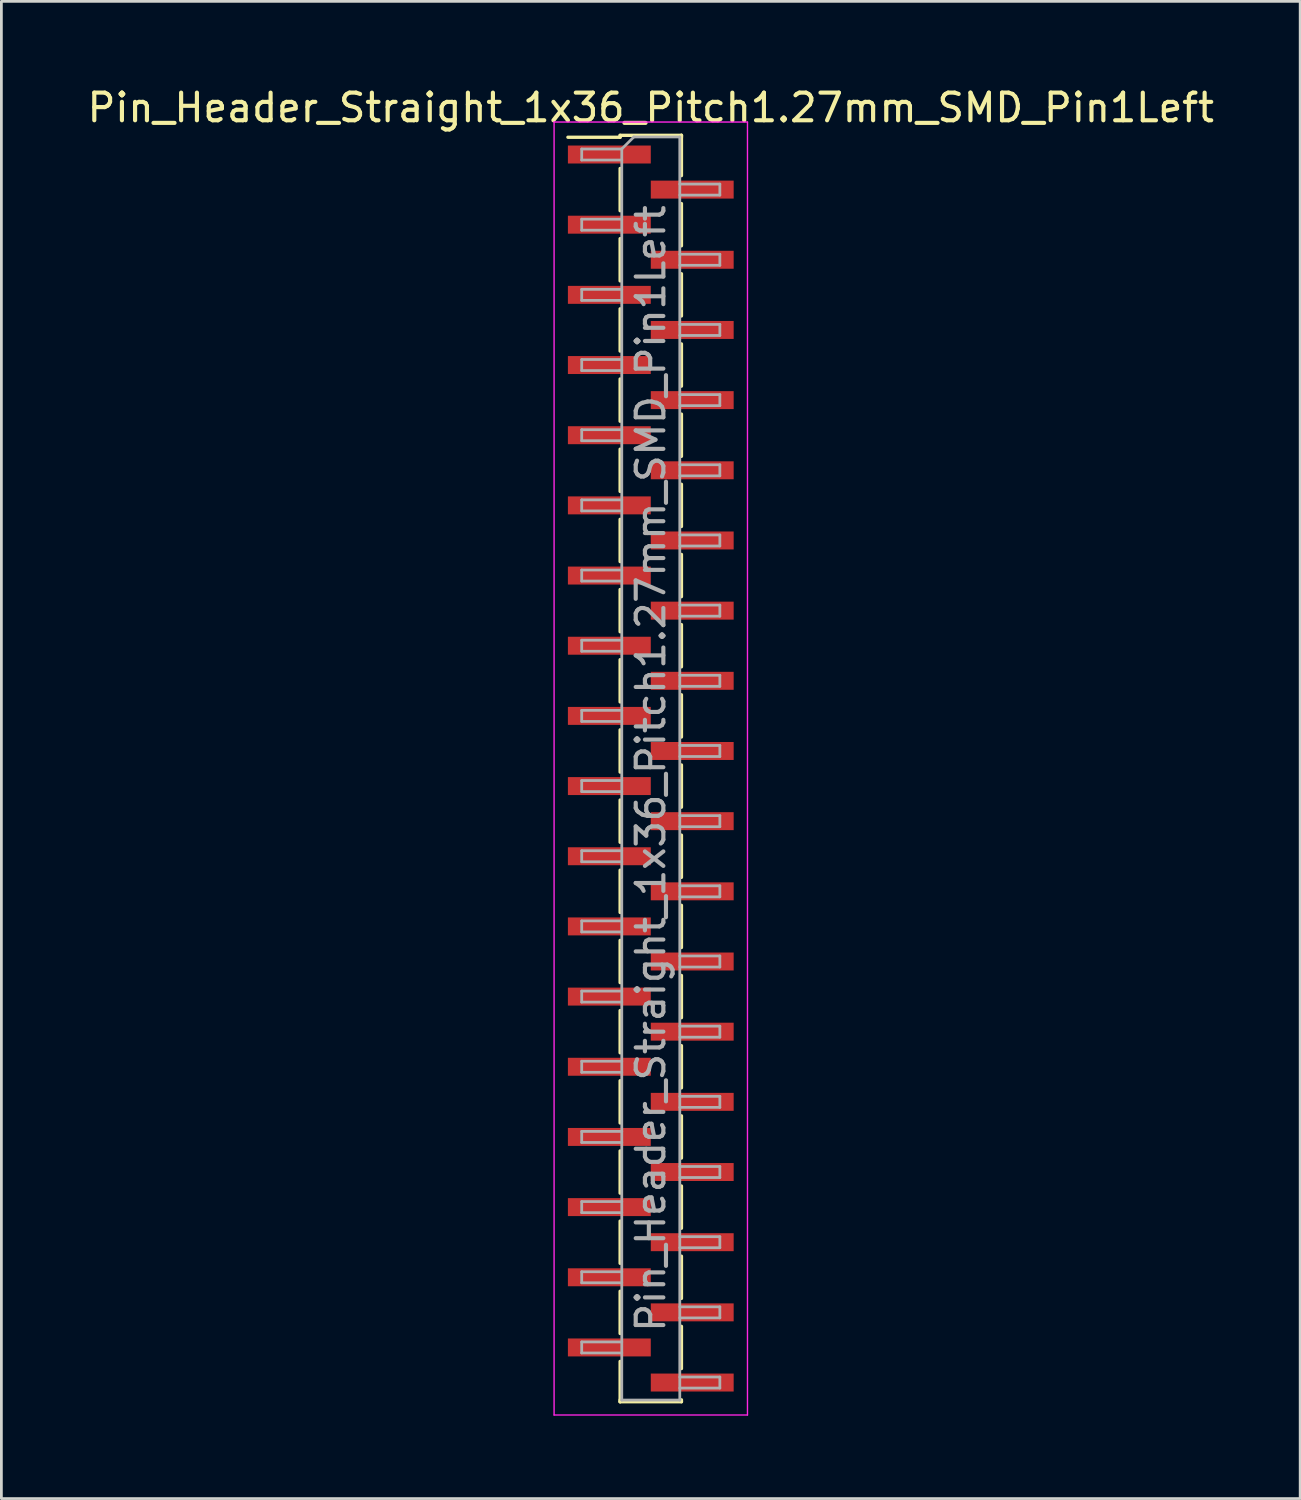
<source format=kicad_pcb>
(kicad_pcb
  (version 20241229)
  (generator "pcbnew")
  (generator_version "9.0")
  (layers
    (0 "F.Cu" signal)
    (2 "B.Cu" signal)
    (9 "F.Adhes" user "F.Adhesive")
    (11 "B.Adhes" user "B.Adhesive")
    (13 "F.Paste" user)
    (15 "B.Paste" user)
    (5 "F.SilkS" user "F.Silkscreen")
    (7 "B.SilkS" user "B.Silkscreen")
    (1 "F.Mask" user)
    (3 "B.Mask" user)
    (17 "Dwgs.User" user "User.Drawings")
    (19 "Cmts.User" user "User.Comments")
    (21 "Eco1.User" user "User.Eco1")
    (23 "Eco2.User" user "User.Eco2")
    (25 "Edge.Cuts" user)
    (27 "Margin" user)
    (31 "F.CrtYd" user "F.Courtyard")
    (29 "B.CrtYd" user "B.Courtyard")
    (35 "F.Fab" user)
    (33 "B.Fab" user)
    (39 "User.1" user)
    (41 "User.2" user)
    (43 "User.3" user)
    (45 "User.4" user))
  (footprint "Pin_Header_Straight_1x36_Pitch1.27mm_SMD_Pin1Left"
    (layer "F.Cu")
    (at 20.506 24.768)
    (property "Reference" "Pin_Header_Straight_1x36_Pitch1.27mm_SMD_Pin1Left" (at 0 -23.92 0) (layer "F.SilkS") (effects (font (size 1 1) (thickness 0.15))))
    (attr smd)
    (fp_line (start -1.11 -22.92) (end 1.11 -22.92) (stroke (width 0.12) (type solid)) (layer "F.SilkS"))
    (fp_line (start -1.11 -22.85) (end -3 -22.85) (stroke (width 0.12) (type solid)) (layer "F.SilkS"))
    (fp_line (start -1.11 -22.85) (end -1.11 -22.92) (stroke (width 0.12) (type solid)) (layer "F.SilkS"))
    (fp_line (start -1.11 -21.72) (end -1.11 -20.19) (stroke (width 0.12) (type solid)) (layer "F.SilkS"))
    (fp_line (start -1.11 -19.18) (end -1.11 -17.65) (stroke (width 0.12) (type solid)) (layer "F.SilkS"))
    (fp_line (start -1.11 -16.64) (end -1.11 -15.11) (stroke (width 0.12) (type solid)) (layer "F.SilkS"))
    (fp_line (start -1.11 -14.1) (end -1.11 -12.57) (stroke (width 0.12) (type solid)) (layer "F.SilkS"))
    (fp_line (start -1.11 -11.56) (end -1.11 -10.03) (stroke (width 0.12) (type solid)) (layer "F.SilkS"))
    (fp_line (start -1.11 -9.02) (end -1.11 -7.49) (stroke (width 0.12) (type solid)) (layer "F.SilkS"))
    (fp_line (start -1.11 -6.48) (end -1.11 -4.95) (stroke (width 0.12) (type solid)) (layer "F.SilkS"))
    (fp_line (start -1.11 -3.94) (end -1.11 -2.41) (stroke (width 0.12) (type solid)) (layer "F.SilkS"))
    (fp_line (start -1.11 -1.4) (end -1.11 0.13) (stroke (width 0.12) (type solid)) (layer "F.SilkS"))
    (fp_line (start -1.11 1.14) (end -1.11 2.67) (stroke (width 0.12) (type solid)) (layer "F.SilkS"))
    (fp_line (start -1.11 3.68) (end -1.11 5.21) (stroke (width 0.12) (type solid)) (layer "F.SilkS"))
    (fp_line (start -1.11 6.22) (end -1.11 7.75) (stroke (width 0.12) (type solid)) (layer "F.SilkS"))
    (fp_line (start -1.11 8.76) (end -1.11 10.29) (stroke (width 0.12) (type solid)) (layer "F.SilkS"))
    (fp_line (start -1.11 11.3) (end -1.11 12.83) (stroke (width 0.12) (type solid)) (layer "F.SilkS"))
    (fp_line (start -1.11 13.84) (end -1.11 15.37) (stroke (width 0.12) (type solid)) (layer "F.SilkS"))
    (fp_line (start -1.11 16.38) (end -1.11 17.91) (stroke (width 0.12) (type solid)) (layer "F.SilkS"))
    (fp_line (start -1.11 18.92) (end -1.11 20.45) (stroke (width 0.12) (type solid)) (layer "F.SilkS"))
    (fp_line (start -1.11 21.46) (end -1.11 22.92) (stroke (width 0.12) (type solid)) (layer "F.SilkS"))
    (fp_line (start -1.11 22.85) (end -1.11 22.92) (stroke (width 0.12) (type solid)) (layer "F.SilkS"))
    (fp_line (start -1.11 22.92) (end 1.11 22.92) (stroke (width 0.12) (type solid)) (layer "F.SilkS"))
    (fp_line (start 1.11 -22.92) (end 1.11 -22.85) (stroke (width 0.12) (type solid)) (layer "F.SilkS"))
    (fp_line (start 1.11 -22.92) (end 1.11 -21.46) (stroke (width 0.12) (type solid)) (layer "F.SilkS"))
    (fp_line (start 1.11 -20.45) (end 1.11 -18.92) (stroke (width 0.12) (type solid)) (layer "F.SilkS"))
    (fp_line (start 1.11 -17.91) (end 1.11 -16.38) (stroke (width 0.12) (type solid)) (layer "F.SilkS"))
    (fp_line (start 1.11 -15.37) (end 1.11 -13.84) (stroke (width 0.12) (type solid)) (layer "F.SilkS"))
    (fp_line (start 1.11 -12.83) (end 1.11 -11.3) (stroke (width 0.12) (type solid)) (layer "F.SilkS"))
    (fp_line (start 1.11 -10.29) (end 1.11 -8.76) (stroke (width 0.12) (type solid)) (layer "F.SilkS"))
    (fp_line (start 1.11 -7.75) (end 1.11 -6.22) (stroke (width 0.12) (type solid)) (layer "F.SilkS"))
    (fp_line (start 1.11 -5.21) (end 1.11 -3.68) (stroke (width 0.12) (type solid)) (layer "F.SilkS"))
    (fp_line (start 1.11 -2.67) (end 1.11 -1.14) (stroke (width 0.12) (type solid)) (layer "F.SilkS"))
    (fp_line (start 1.11 -0.13) (end 1.11 1.4) (stroke (width 0.12) (type solid)) (layer "F.SilkS"))
    (fp_line (start 1.11 2.41) (end 1.11 3.94) (stroke (width 0.12) (type solid)) (layer "F.SilkS"))
    (fp_line (start 1.11 4.95) (end 1.11 6.48) (stroke (width 0.12) (type solid)) (layer "F.SilkS"))
    (fp_line (start 1.11 7.49) (end 1.11 9.02) (stroke (width 0.12) (type solid)) (layer "F.SilkS"))
    (fp_line (start 1.11 10.03) (end 1.11 11.56) (stroke (width 0.12) (type solid)) (layer "F.SilkS"))
    (fp_line (start 1.11 12.57) (end 1.11 14.1) (stroke (width 0.12) (type solid)) (layer "F.SilkS"))
    (fp_line (start 1.11 15.11) (end 1.11 16.64) (stroke (width 0.12) (type solid)) (layer "F.SilkS"))
    (fp_line (start 1.11 17.65) (end 1.11 19.18) (stroke (width 0.12) (type solid)) (layer "F.SilkS"))
    (fp_line (start 1.11 20.19) (end 1.11 21.72) (stroke (width 0.12) (type solid)) (layer "F.SilkS"))
    (fp_line (start 1.11 22.92) (end 1.11 22.85) (stroke (width 0.12) (type solid)) (layer "F.SilkS"))
    (fp_line (start -3.5 -23.4) (end -3.5 23.4) (stroke (width 0.05) (type solid)) (layer "F.CrtYd"))
    (fp_line (start -3.5 23.4) (end 3.5 23.4) (stroke (width 0.05) (type solid)) (layer "F.CrtYd"))
    (fp_line (start 3.5 -23.4) (end -3.5 -23.4) (stroke (width 0.05) (type solid)) (layer "F.CrtYd"))
    (fp_line (start 3.5 23.4) (end 3.5 -23.4) (stroke (width 0.05) (type solid)) (layer "F.CrtYd"))
    (fp_line (start -2.5 -22.425) (end -2.5 -22.025) (stroke (width 0.1) (type solid)) (layer "F.Fab"))
    (fp_line (start -2.5 -22.025) (end -1.05 -22.025) (stroke (width 0.1) (type solid)) (layer "F.Fab"))
    (fp_line (start -2.5 -19.885) (end -2.5 -19.485) (stroke (width 0.1) (type solid)) (layer "F.Fab"))
    (fp_line (start -2.5 -19.485) (end -1.05 -19.485) (stroke (width 0.1) (type solid)) (layer "F.Fab"))
    (fp_line (start -2.5 -17.345) (end -2.5 -16.945) (stroke (width 0.1) (type solid)) (layer "F.Fab"))
    (fp_line (start -2.5 -16.945) (end -1.05 -16.945) (stroke (width 0.1) (type solid)) (layer "F.Fab"))
    (fp_line (start -2.5 -14.805) (end -2.5 -14.405) (stroke (width 0.1) (type solid)) (layer "F.Fab"))
    (fp_line (start -2.5 -14.405) (end -1.05 -14.405) (stroke (width 0.1) (type solid)) (layer "F.Fab"))
    (fp_line (start -2.5 -12.265) (end -2.5 -11.865) (stroke (width 0.1) (type solid)) (layer "F.Fab"))
    (fp_line (start -2.5 -11.865) (end -1.05 -11.865) (stroke (width 0.1) (type solid)) (layer "F.Fab"))
    (fp_line (start -2.5 -9.725) (end -2.5 -9.325) (stroke (width 0.1) (type solid)) (layer "F.Fab"))
    (fp_line (start -2.5 -9.325) (end -1.05 -9.325) (stroke (width 0.1) (type solid)) (layer "F.Fab"))
    (fp_line (start -2.5 -7.185) (end -2.5 -6.785) (stroke (width 0.1) (type solid)) (layer "F.Fab"))
    (fp_line (start -2.5 -6.785) (end -1.05 -6.785) (stroke (width 0.1) (type solid)) (layer "F.Fab"))
    (fp_line (start -2.5 -4.645) (end -2.5 -4.245) (stroke (width 0.1) (type solid)) (layer "F.Fab"))
    (fp_line (start -2.5 -4.245) (end -1.05 -4.245) (stroke (width 0.1) (type solid)) (layer "F.Fab"))
    (fp_line (start -2.5 -2.105) (end -2.5 -1.705) (stroke (width 0.1) (type solid)) (layer "F.Fab"))
    (fp_line (start -2.5 -1.705) (end -1.05 -1.705) (stroke (width 0.1) (type solid)) (layer "F.Fab"))
    (fp_line (start -2.5 0.435) (end -2.5 0.835) (stroke (width 0.1) (type solid)) (layer "F.Fab"))
    (fp_line (start -2.5 0.835) (end -1.05 0.835) (stroke (width 0.1) (type solid)) (layer "F.Fab"))
    (fp_line (start -2.5 2.975) (end -2.5 3.375) (stroke (width 0.1) (type solid)) (layer "F.Fab"))
    (fp_line (start -2.5 3.375) (end -1.05 3.375) (stroke (width 0.1) (type solid)) (layer "F.Fab"))
    (fp_line (start -2.5 5.515) (end -2.5 5.915) (stroke (width 0.1) (type solid)) (layer "F.Fab"))
    (fp_line (start -2.5 5.915) (end -1.05 5.915) (stroke (width 0.1) (type solid)) (layer "F.Fab"))
    (fp_line (start -2.5 8.055) (end -2.5 8.455) (stroke (width 0.1) (type solid)) (layer "F.Fab"))
    (fp_line (start -2.5 8.455) (end -1.05 8.455) (stroke (width 0.1) (type solid)) (layer "F.Fab"))
    (fp_line (start -2.5 10.595) (end -2.5 10.995) (stroke (width 0.1) (type solid)) (layer "F.Fab"))
    (fp_line (start -2.5 10.995) (end -1.05 10.995) (stroke (width 0.1) (type solid)) (layer "F.Fab"))
    (fp_line (start -2.5 13.135) (end -2.5 13.535) (stroke (width 0.1) (type solid)) (layer "F.Fab"))
    (fp_line (start -2.5 13.535) (end -1.05 13.535) (stroke (width 0.1) (type solid)) (layer "F.Fab"))
    (fp_line (start -2.5 15.675) (end -2.5 16.075) (stroke (width 0.1) (type solid)) (layer "F.Fab"))
    (fp_line (start -2.5 16.075) (end -1.05 16.075) (stroke (width 0.1) (type solid)) (layer "F.Fab"))
    (fp_line (start -2.5 18.215) (end -2.5 18.615) (stroke (width 0.1) (type solid)) (layer "F.Fab"))
    (fp_line (start -2.5 18.615) (end -1.05 18.615) (stroke (width 0.1) (type solid)) (layer "F.Fab"))
    (fp_line (start -2.5 20.755) (end -2.5 21.155) (stroke (width 0.1) (type solid)) (layer "F.Fab"))
    (fp_line (start -2.5 21.155) (end -1.05 21.155) (stroke (width 0.1) (type solid)) (layer "F.Fab"))
    (fp_line (start -1.05 -22.425) (end -2.5 -22.425) (stroke (width 0.1) (type solid)) (layer "F.Fab"))
    (fp_line (start -1.05 -22.425) (end -0.615 -22.86) (stroke (width 0.1) (type solid)) (layer "F.Fab"))
    (fp_line (start -1.05 -19.885) (end -2.5 -19.885) (stroke (width 0.1) (type solid)) (layer "F.Fab"))
    (fp_line (start -1.05 -17.345) (end -2.5 -17.345) (stroke (width 0.1) (type solid)) (layer "F.Fab"))
    (fp_line (start -1.05 -14.805) (end -2.5 -14.805) (stroke (width 0.1) (type solid)) (layer "F.Fab"))
    (fp_line (start -1.05 -12.265) (end -2.5 -12.265) (stroke (width 0.1) (type solid)) (layer "F.Fab"))
    (fp_line (start -1.05 -9.725) (end -2.5 -9.725) (stroke (width 0.1) (type solid)) (layer "F.Fab"))
    (fp_line (start -1.05 -7.185) (end -2.5 -7.185) (stroke (width 0.1) (type solid)) (layer "F.Fab"))
    (fp_line (start -1.05 -4.645) (end -2.5 -4.645) (stroke (width 0.1) (type solid)) (layer "F.Fab"))
    (fp_line (start -1.05 -2.105) (end -2.5 -2.105) (stroke (width 0.1) (type solid)) (layer "F.Fab"))
    (fp_line (start -1.05 0.435) (end -2.5 0.435) (stroke (width 0.1) (type solid)) (layer "F.Fab"))
    (fp_line (start -1.05 2.975) (end -2.5 2.975) (stroke (width 0.1) (type solid)) (layer "F.Fab"))
    (fp_line (start -1.05 5.515) (end -2.5 5.515) (stroke (width 0.1) (type solid)) (layer "F.Fab"))
    (fp_line (start -1.05 8.055) (end -2.5 8.055) (stroke (width 0.1) (type solid)) (layer "F.Fab"))
    (fp_line (start -1.05 10.595) (end -2.5 10.595) (stroke (width 0.1) (type solid)) (layer "F.Fab"))
    (fp_line (start -1.05 13.135) (end -2.5 13.135) (stroke (width 0.1) (type solid)) (layer "F.Fab"))
    (fp_line (start -1.05 15.675) (end -2.5 15.675) (stroke (width 0.1) (type solid)) (layer "F.Fab"))
    (fp_line (start -1.05 18.215) (end -2.5 18.215) (stroke (width 0.1) (type solid)) (layer "F.Fab"))
    (fp_line (start -1.05 20.755) (end -2.5 20.755) (stroke (width 0.1) (type solid)) (layer "F.Fab"))
    (fp_line (start -1.05 22.86) (end -1.05 -22.425) (stroke (width 0.1) (type solid)) (layer "F.Fab"))
    (fp_line (start -0.615 -22.86) (end 1.05 -22.86) (stroke (width 0.1) (type solid)) (layer "F.Fab"))
    (fp_line (start 1.05 -22.86) (end 1.05 22.86) (stroke (width 0.1) (type solid)) (layer "F.Fab"))
    (fp_line (start 1.05 -21.155) (end 2.5 -21.155) (stroke (width 0.1) (type solid)) (layer "F.Fab"))
    (fp_line (start 1.05 -18.615) (end 2.5 -18.615) (stroke (width 0.1) (type solid)) (layer "F.Fab"))
    (fp_line (start 1.05 -16.075) (end 2.5 -16.075) (stroke (width 0.1) (type solid)) (layer "F.Fab"))
    (fp_line (start 1.05 -13.535) (end 2.5 -13.535) (stroke (width 0.1) (type solid)) (layer "F.Fab"))
    (fp_line (start 1.05 -10.995) (end 2.5 -10.995) (stroke (width 0.1) (type solid)) (layer "F.Fab"))
    (fp_line (start 1.05 -8.455) (end 2.5 -8.455) (stroke (width 0.1) (type solid)) (layer "F.Fab"))
    (fp_line (start 1.05 -5.915) (end 2.5 -5.915) (stroke (width 0.1) (type solid)) (layer "F.Fab"))
    (fp_line (start 1.05 -3.375) (end 2.5 -3.375) (stroke (width 0.1) (type solid)) (layer "F.Fab"))
    (fp_line (start 1.05 -0.835) (end 2.5 -0.835) (stroke (width 0.1) (type solid)) (layer "F.Fab"))
    (fp_line (start 1.05 1.705) (end 2.5 1.705) (stroke (width 0.1) (type solid)) (layer "F.Fab"))
    (fp_line (start 1.05 4.245) (end 2.5 4.245) (stroke (width 0.1) (type solid)) (layer "F.Fab"))
    (fp_line (start 1.05 6.785) (end 2.5 6.785) (stroke (width 0.1) (type solid)) (layer "F.Fab"))
    (fp_line (start 1.05 9.325) (end 2.5 9.325) (stroke (width 0.1) (type solid)) (layer "F.Fab"))
    (fp_line (start 1.05 11.865) (end 2.5 11.865) (stroke (width 0.1) (type solid)) (layer "F.Fab"))
    (fp_line (start 1.05 14.405) (end 2.5 14.405) (stroke (width 0.1) (type solid)) (layer "F.Fab"))
    (fp_line (start 1.05 16.945) (end 2.5 16.945) (stroke (width 0.1) (type solid)) (layer "F.Fab"))
    (fp_line (start 1.05 19.485) (end 2.5 19.485) (stroke (width 0.1) (type solid)) (layer "F.Fab"))
    (fp_line (start 1.05 22.025) (end 2.5 22.025) (stroke (width 0.1) (type solid)) (layer "F.Fab"))
    (fp_line (start 1.05 22.86) (end -1.05 22.86) (stroke (width 0.1) (type solid)) (layer "F.Fab"))
    (fp_line (start 2.5 -21.155) (end 2.5 -20.755) (stroke (width 0.1) (type solid)) (layer "F.Fab"))
    (fp_line (start 2.5 -20.755) (end 1.05 -20.755) (stroke (width 0.1) (type solid)) (layer "F.Fab"))
    (fp_line (start 2.5 -18.615) (end 2.5 -18.215) (stroke (width 0.1) (type solid)) (layer "F.Fab"))
    (fp_line (start 2.5 -18.215) (end 1.05 -18.215) (stroke (width 0.1) (type solid)) (layer "F.Fab"))
    (fp_line (start 2.5 -16.075) (end 2.5 -15.675) (stroke (width 0.1) (type solid)) (layer "F.Fab"))
    (fp_line (start 2.5 -15.675) (end 1.05 -15.675) (stroke (width 0.1) (type solid)) (layer "F.Fab"))
    (fp_line (start 2.5 -13.535) (end 2.5 -13.135) (stroke (width 0.1) (type solid)) (layer "F.Fab"))
    (fp_line (start 2.5 -13.135) (end 1.05 -13.135) (stroke (width 0.1) (type solid)) (layer "F.Fab"))
    (fp_line (start 2.5 -10.995) (end 2.5 -10.595) (stroke (width 0.1) (type solid)) (layer "F.Fab"))
    (fp_line (start 2.5 -10.595) (end 1.05 -10.595) (stroke (width 0.1) (type solid)) (layer "F.Fab"))
    (fp_line (start 2.5 -8.455) (end 2.5 -8.055) (stroke (width 0.1) (type solid)) (layer "F.Fab"))
    (fp_line (start 2.5 -8.055) (end 1.05 -8.055) (stroke (width 0.1) (type solid)) (layer "F.Fab"))
    (fp_line (start 2.5 -5.915) (end 2.5 -5.515) (stroke (width 0.1) (type solid)) (layer "F.Fab"))
    (fp_line (start 2.5 -5.515) (end 1.05 -5.515) (stroke (width 0.1) (type solid)) (layer "F.Fab"))
    (fp_line (start 2.5 -3.375) (end 2.5 -2.975) (stroke (width 0.1) (type solid)) (layer "F.Fab"))
    (fp_line (start 2.5 -2.975) (end 1.05 -2.975) (stroke (width 0.1) (type solid)) (layer "F.Fab"))
    (fp_line (start 2.5 -0.835) (end 2.5 -0.435) (stroke (width 0.1) (type solid)) (layer "F.Fab"))
    (fp_line (start 2.5 -0.435) (end 1.05 -0.435) (stroke (width 0.1) (type solid)) (layer "F.Fab"))
    (fp_line (start 2.5 1.705) (end 2.5 2.105) (stroke (width 0.1) (type solid)) (layer "F.Fab"))
    (fp_line (start 2.5 2.105) (end 1.05 2.105) (stroke (width 0.1) (type solid)) (layer "F.Fab"))
    (fp_line (start 2.5 4.245) (end 2.5 4.645) (stroke (width 0.1) (type solid)) (layer "F.Fab"))
    (fp_line (start 2.5 4.645) (end 1.05 4.645) (stroke (width 0.1) (type solid)) (layer "F.Fab"))
    (fp_line (start 2.5 6.785) (end 2.5 7.185) (stroke (width 0.1) (type solid)) (layer "F.Fab"))
    (fp_line (start 2.5 7.185) (end 1.05 7.185) (stroke (width 0.1) (type solid)) (layer "F.Fab"))
    (fp_line (start 2.5 9.325) (end 2.5 9.725) (stroke (width 0.1) (type solid)) (layer "F.Fab"))
    (fp_line (start 2.5 9.725) (end 1.05 9.725) (stroke (width 0.1) (type solid)) (layer "F.Fab"))
    (fp_line (start 2.5 11.865) (end 2.5 12.265) (stroke (width 0.1) (type solid)) (layer "F.Fab"))
    (fp_line (start 2.5 12.265) (end 1.05 12.265) (stroke (width 0.1) (type solid)) (layer "F.Fab"))
    (fp_line (start 2.5 14.405) (end 2.5 14.805) (stroke (width 0.1) (type solid)) (layer "F.Fab"))
    (fp_line (start 2.5 14.805) (end 1.05 14.805) (stroke (width 0.1) (type solid)) (layer "F.Fab"))
    (fp_line (start 2.5 16.945) (end 2.5 17.345) (stroke (width 0.1) (type solid)) (layer "F.Fab"))
    (fp_line (start 2.5 17.345) (end 1.05 17.345) (stroke (width 0.1) (type solid)) (layer "F.Fab"))
    (fp_line (start 2.5 19.485) (end 2.5 19.885) (stroke (width 0.1) (type solid)) (layer "F.Fab"))
    (fp_line (start 2.5 19.885) (end 1.05 19.885) (stroke (width 0.1) (type solid)) (layer "F.Fab"))
    (fp_line (start 2.5 22.025) (end 2.5 22.425) (stroke (width 0.1) (type solid)) (layer "F.Fab"))
    (fp_line (start 2.5 22.425) (end 1.05 22.425) (stroke (width 0.1) (type solid)) (layer "F.Fab"))
    (fp_text user "${REFERENCE}" (at 0 0 90) (layer "F.Fab") (effects (font (size 1 1) (thickness 0.15))))
    (pad "1" smd rect (at -1.5 -22.225) (size 3 0.65) (layers "F.Cu" "F.Mask" "F.Paste"))
    (pad "2" smd rect (at 1.5 -20.955) (size 3 0.65) (layers "F.Cu" "F.Mask" "F.Paste"))
    (pad "3" smd rect (at -1.5 -19.685) (size 3 0.65) (layers "F.Cu" "F.Mask" "F.Paste"))
    (pad "4" smd rect (at 1.5 -18.415) (size 3 0.65) (layers "F.Cu" "F.Mask" "F.Paste"))
    (pad "5" smd rect (at -1.5 -17.145) (size 3 0.65) (layers "F.Cu" "F.Mask" "F.Paste"))
    (pad "6" smd rect (at 1.5 -15.875) (size 3 0.65) (layers "F.Cu" "F.Mask" "F.Paste"))
    (pad "7" smd rect (at -1.5 -14.605) (size 3 0.65) (layers "F.Cu" "F.Mask" "F.Paste"))
    (pad "8" smd rect (at 1.5 -13.335) (size 3 0.65) (layers "F.Cu" "F.Mask" "F.Paste"))
    (pad "9" smd rect (at -1.5 -12.065) (size 3 0.65) (layers "F.Cu" "F.Mask" "F.Paste"))
    (pad "10" smd rect (at 1.5 -10.795) (size 3 0.65) (layers "F.Cu" "F.Mask" "F.Paste"))
    (pad "11" smd rect (at -1.5 -9.525) (size 3 0.65) (layers "F.Cu" "F.Mask" "F.Paste"))
    (pad "12" smd rect (at 1.5 -8.255) (size 3 0.65) (layers "F.Cu" "F.Mask" "F.Paste"))
    (pad "13" smd rect (at -1.5 -6.985) (size 3 0.65) (layers "F.Cu" "F.Mask" "F.Paste"))
    (pad "14" smd rect (at 1.5 -5.715) (size 3 0.65) (layers "F.Cu" "F.Mask" "F.Paste"))
    (pad "15" smd rect (at -1.5 -4.445) (size 3 0.65) (layers "F.Cu" "F.Mask" "F.Paste"))
    (pad "16" smd rect (at 1.5 -3.175) (size 3 0.65) (layers "F.Cu" "F.Mask" "F.Paste"))
    (pad "17" smd rect (at -1.5 -1.905) (size 3 0.65) (layers "F.Cu" "F.Mask" "F.Paste"))
    (pad "18" smd rect (at 1.5 -0.635) (size 3 0.65) (layers "F.Cu" "F.Mask" "F.Paste"))
    (pad "19" smd rect (at -1.5 0.635) (size 3 0.65) (layers "F.Cu" "F.Mask" "F.Paste"))
    (pad "20" smd rect (at 1.5 1.905) (size 3 0.65) (layers "F.Cu" "F.Mask" "F.Paste"))
    (pad "21" smd rect (at -1.5 3.175) (size 3 0.65) (layers "F.Cu" "F.Mask" "F.Paste"))
    (pad "22" smd rect (at 1.5 4.445) (size 3 0.65) (layers "F.Cu" "F.Mask" "F.Paste"))
    (pad "23" smd rect (at -1.5 5.715) (size 3 0.65) (layers "F.Cu" "F.Mask" "F.Paste"))
    (pad "24" smd rect (at 1.5 6.985) (size 3 0.65) (layers "F.Cu" "F.Mask" "F.Paste"))
    (pad "25" smd rect (at -1.5 8.255) (size 3 0.65) (layers "F.Cu" "F.Mask" "F.Paste"))
    (pad "26" smd rect (at 1.5 9.525) (size 3 0.65) (layers "F.Cu" "F.Mask" "F.Paste"))
    (pad "27" smd rect (at -1.5 10.795) (size 3 0.65) (layers "F.Cu" "F.Mask" "F.Paste"))
    (pad "28" smd rect (at 1.5 12.065) (size 3 0.65) (layers "F.Cu" "F.Mask" "F.Paste"))
    (pad "29" smd rect (at -1.5 13.335) (size 3 0.65) (layers "F.Cu" "F.Mask" "F.Paste"))
    (pad "30" smd rect (at 1.5 14.605) (size 3 0.65) (layers "F.Cu" "F.Mask" "F.Paste"))
    (pad "31" smd rect (at -1.5 15.875) (size 3 0.65) (layers "F.Cu" "F.Mask" "F.Paste"))
    (pad "32" smd rect (at 1.5 17.145) (size 3 0.65) (layers "F.Cu" "F.Mask" "F.Paste"))
    (pad "33" smd rect (at -1.5 18.415) (size 3 0.65) (layers "F.Cu" "F.Mask" "F.Paste"))
    (pad "34" smd rect (at 1.5 19.685) (size 3 0.65) (layers "F.Cu" "F.Mask" "F.Paste"))
    (pad "35" smd rect (at -1.5 20.955) (size 3 0.65) (layers "F.Cu" "F.Mask" "F.Paste"))
    (pad "36" smd rect (at 1.5 22.225) (size 3 0.65) (layers "F.Cu" "F.Mask" "F.Paste")))
  (gr_rect
    (start -3 -3)
    (end 44.012 51.193)
    (stroke (width 0.1) (type default))
    (fill no)
    (layer "Edge.Cuts")))
</source>
